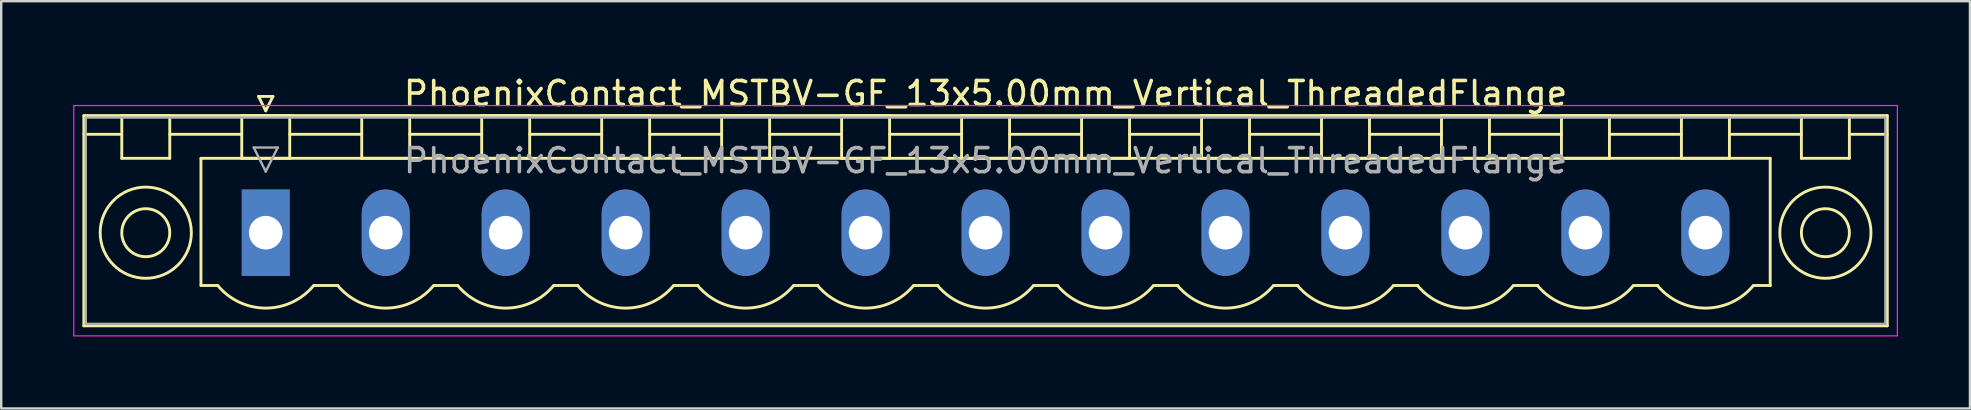
<source format=kicad_pcb>
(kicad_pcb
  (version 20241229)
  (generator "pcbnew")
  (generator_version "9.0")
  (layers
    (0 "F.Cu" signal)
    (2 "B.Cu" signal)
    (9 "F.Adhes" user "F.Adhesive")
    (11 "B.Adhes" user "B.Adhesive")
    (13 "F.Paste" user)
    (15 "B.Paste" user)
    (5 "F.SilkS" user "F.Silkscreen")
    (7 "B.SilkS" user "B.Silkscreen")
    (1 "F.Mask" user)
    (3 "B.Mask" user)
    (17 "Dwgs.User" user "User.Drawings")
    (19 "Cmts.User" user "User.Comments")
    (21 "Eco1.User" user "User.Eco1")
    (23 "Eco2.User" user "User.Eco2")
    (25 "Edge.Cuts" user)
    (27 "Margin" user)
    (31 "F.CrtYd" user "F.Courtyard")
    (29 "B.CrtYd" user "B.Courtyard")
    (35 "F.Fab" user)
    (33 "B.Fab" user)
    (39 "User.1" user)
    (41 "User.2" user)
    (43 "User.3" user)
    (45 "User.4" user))
  (footprint "PhoenixContact_MSTBV-GF_13x5.00mm_Vertical_ThreadedFlange"
    (layer "F.Cu")
    (at 8.025 6.648)
    (property "Reference" "PhoenixContact_MSTBV-GF_13x5.00mm_Vertical_ThreadedFlange" (at 30 -5.8 0) (layer "F.SilkS") (effects (font (size 1 1) (thickness 0.15))))
    (attr through_hole)
    (fp_line (start -7.58 -4.88) (end -7.58 3.88) (stroke (width 0.12) (type solid)) (layer "F.SilkS"))
    (fp_line (start -7.58 -4.1) (end -6.08 -4.1) (stroke (width 0.12) (type solid)) (layer "F.SilkS"))
    (fp_line (start -7.58 3.88) (end 67.58 3.88) (stroke (width 0.12) (type solid)) (layer "F.SilkS"))
    (fp_line (start -6 -4.88) (end -4 -4.88) (stroke (width 0.12) (type solid)) (layer "F.SilkS"))
    (fp_line (start -6 -3.1) (end -6 -4.88) (stroke (width 0.12) (type solid)) (layer "F.SilkS"))
    (fp_line (start -4 -4.88) (end -4 -3.1) (stroke (width 0.12) (type solid)) (layer "F.SilkS"))
    (fp_line (start -4 -4.1) (end -1 -4.1) (stroke (width 0.12) (type solid)) (layer "F.SilkS"))
    (fp_line (start -4 -3.1) (end -6 -3.1) (stroke (width 0.12) (type solid)) (layer "F.SilkS"))
    (fp_line (start -2.7 -3.1) (end 62.7 -3.1) (stroke (width 0.12) (type solid)) (layer "F.SilkS"))
    (fp_line (start -2.7 2.2) (end -2.7 -3.1) (stroke (width 0.12) (type solid)) (layer "F.SilkS"))
    (fp_line (start -2 2.2) (end -2.7 2.2) (stroke (width 0.12) (type solid)) (layer "F.SilkS"))
    (fp_line (start -1 -4.88) (end 1 -4.88) (stroke (width 0.12) (type solid)) (layer "F.SilkS"))
    (fp_line (start -1 -3.1) (end -1 -4.88) (stroke (width 0.12) (type solid)) (layer "F.SilkS"))
    (fp_line (start -0.3 -5.68) (end 0.3 -5.68) (stroke (width 0.12) (type solid)) (layer "F.SilkS"))
    (fp_line (start 0 -5.08) (end -0.3 -5.68) (stroke (width 0.12) (type solid)) (layer "F.SilkS"))
    (fp_line (start 0.3 -5.68) (end 0 -5.08) (stroke (width 0.12) (type solid)) (layer "F.SilkS"))
    (fp_line (start 1 -4.88) (end 1 -3.1) (stroke (width 0.12) (type solid)) (layer "F.SilkS"))
    (fp_line (start 1 -4.1) (end 4 -4.1) (stroke (width 0.12) (type solid)) (layer "F.SilkS"))
    (fp_line (start 1 -3.1) (end -1 -3.1) (stroke (width 0.12) (type solid)) (layer "F.SilkS"))
    (fp_line (start 2 2.2) (end 3 2.2) (stroke (width 0.12) (type solid)) (layer "F.SilkS"))
    (fp_line (start 4 -4.88) (end 6 -4.88) (stroke (width 0.12) (type solid)) (layer "F.SilkS"))
    (fp_line (start 4 -3.1) (end 4 -4.88) (stroke (width 0.12) (type solid)) (layer "F.SilkS"))
    (fp_line (start 6 -4.88) (end 6 -3.1) (stroke (width 0.12) (type solid)) (layer "F.SilkS"))
    (fp_line (start 6 -4.1) (end 9 -4.1) (stroke (width 0.12) (type solid)) (layer "F.SilkS"))
    (fp_line (start 6 -3.1) (end 4 -3.1) (stroke (width 0.12) (type solid)) (layer "F.SilkS"))
    (fp_line (start 7 2.2) (end 8 2.2) (stroke (width 0.12) (type solid)) (layer "F.SilkS"))
    (fp_line (start 9 -4.88) (end 11 -4.88) (stroke (width 0.12) (type solid)) (layer "F.SilkS"))
    (fp_line (start 9 -3.1) (end 9 -4.88) (stroke (width 0.12) (type solid)) (layer "F.SilkS"))
    (fp_line (start 11 -4.88) (end 11 -3.1) (stroke (width 0.12) (type solid)) (layer "F.SilkS"))
    (fp_line (start 11 -4.1) (end 14 -4.1) (stroke (width 0.12) (type solid)) (layer "F.SilkS"))
    (fp_line (start 11 -3.1) (end 9 -3.1) (stroke (width 0.12) (type solid)) (layer "F.SilkS"))
    (fp_line (start 12 2.2) (end 13 2.2) (stroke (width 0.12) (type solid)) (layer "F.SilkS"))
    (fp_line (start 14 -4.88) (end 16 -4.88) (stroke (width 0.12) (type solid)) (layer "F.SilkS"))
    (fp_line (start 14 -3.1) (end 14 -4.88) (stroke (width 0.12) (type solid)) (layer "F.SilkS"))
    (fp_line (start 16 -4.88) (end 16 -3.1) (stroke (width 0.12) (type solid)) (layer "F.SilkS"))
    (fp_line (start 16 -4.1) (end 19 -4.1) (stroke (width 0.12) (type solid)) (layer "F.SilkS"))
    (fp_line (start 16 -3.1) (end 14 -3.1) (stroke (width 0.12) (type solid)) (layer "F.SilkS"))
    (fp_line (start 17 2.2) (end 18 2.2) (stroke (width 0.12) (type solid)) (layer "F.SilkS"))
    (fp_line (start 19 -4.88) (end 21 -4.88) (stroke (width 0.12) (type solid)) (layer "F.SilkS"))
    (fp_line (start 19 -3.1) (end 19 -4.88) (stroke (width 0.12) (type solid)) (layer "F.SilkS"))
    (fp_line (start 21 -4.88) (end 21 -3.1) (stroke (width 0.12) (type solid)) (layer "F.SilkS"))
    (fp_line (start 21 -4.1) (end 24 -4.1) (stroke (width 0.12) (type solid)) (layer "F.SilkS"))
    (fp_line (start 21 -3.1) (end 19 -3.1) (stroke (width 0.12) (type solid)) (layer "F.SilkS"))
    (fp_line (start 22 2.2) (end 23 2.2) (stroke (width 0.12) (type solid)) (layer "F.SilkS"))
    (fp_line (start 24 -4.88) (end 26 -4.88) (stroke (width 0.12) (type solid)) (layer "F.SilkS"))
    (fp_line (start 24 -3.1) (end 24 -4.88) (stroke (width 0.12) (type solid)) (layer "F.SilkS"))
    (fp_line (start 26 -4.88) (end 26 -3.1) (stroke (width 0.12) (type solid)) (layer "F.SilkS"))
    (fp_line (start 26 -4.1) (end 29 -4.1) (stroke (width 0.12) (type solid)) (layer "F.SilkS"))
    (fp_line (start 26 -3.1) (end 24 -3.1) (stroke (width 0.12) (type solid)) (layer "F.SilkS"))
    (fp_line (start 27 2.2) (end 28 2.2) (stroke (width 0.12) (type solid)) (layer "F.SilkS"))
    (fp_line (start 29 -4.88) (end 31 -4.88) (stroke (width 0.12) (type solid)) (layer "F.SilkS"))
    (fp_line (start 29 -3.1) (end 29 -4.88) (stroke (width 0.12) (type solid)) (layer "F.SilkS"))
    (fp_line (start 31 -4.88) (end 31 -3.1) (stroke (width 0.12) (type solid)) (layer "F.SilkS"))
    (fp_line (start 31 -4.1) (end 34 -4.1) (stroke (width 0.12) (type solid)) (layer "F.SilkS"))
    (fp_line (start 31 -3.1) (end 29 -3.1) (stroke (width 0.12) (type solid)) (layer "F.SilkS"))
    (fp_line (start 32 2.2) (end 33 2.2) (stroke (width 0.12) (type solid)) (layer "F.SilkS"))
    (fp_line (start 34 -4.88) (end 36 -4.88) (stroke (width 0.12) (type solid)) (layer "F.SilkS"))
    (fp_line (start 34 -3.1) (end 34 -4.88) (stroke (width 0.12) (type solid)) (layer "F.SilkS"))
    (fp_line (start 36 -4.88) (end 36 -3.1) (stroke (width 0.12) (type solid)) (layer "F.SilkS"))
    (fp_line (start 36 -4.1) (end 39 -4.1) (stroke (width 0.12) (type solid)) (layer "F.SilkS"))
    (fp_line (start 36 -3.1) (end 34 -3.1) (stroke (width 0.12) (type solid)) (layer "F.SilkS"))
    (fp_line (start 37 2.2) (end 38 2.2) (stroke (width 0.12) (type solid)) (layer "F.SilkS"))
    (fp_line (start 39 -4.88) (end 41 -4.88) (stroke (width 0.12) (type solid)) (layer "F.SilkS"))
    (fp_line (start 39 -3.1) (end 39 -4.88) (stroke (width 0.12) (type solid)) (layer "F.SilkS"))
    (fp_line (start 41 -4.88) (end 41 -3.1) (stroke (width 0.12) (type solid)) (layer "F.SilkS"))
    (fp_line (start 41 -4.1) (end 44 -4.1) (stroke (width 0.12) (type solid)) (layer "F.SilkS"))
    (fp_line (start 41 -3.1) (end 39 -3.1) (stroke (width 0.12) (type solid)) (layer "F.SilkS"))
    (fp_line (start 42 2.2) (end 43 2.2) (stroke (width 0.12) (type solid)) (layer "F.SilkS"))
    (fp_line (start 44 -4.88) (end 46 -4.88) (stroke (width 0.12) (type solid)) (layer "F.SilkS"))
    (fp_line (start 44 -3.1) (end 44 -4.88) (stroke (width 0.12) (type solid)) (layer "F.SilkS"))
    (fp_line (start 46 -4.88) (end 46 -3.1) (stroke (width 0.12) (type solid)) (layer "F.SilkS"))
    (fp_line (start 46 -4.1) (end 49 -4.1) (stroke (width 0.12) (type solid)) (layer "F.SilkS"))
    (fp_line (start 46 -3.1) (end 44 -3.1) (stroke (width 0.12) (type solid)) (layer "F.SilkS"))
    (fp_line (start 47 2.2) (end 48 2.2) (stroke (width 0.12) (type solid)) (layer "F.SilkS"))
    (fp_line (start 49 -4.88) (end 51 -4.88) (stroke (width 0.12) (type solid)) (layer "F.SilkS"))
    (fp_line (start 49 -3.1) (end 49 -4.88) (stroke (width 0.12) (type solid)) (layer "F.SilkS"))
    (fp_line (start 51 -4.88) (end 51 -3.1) (stroke (width 0.12) (type solid)) (layer "F.SilkS"))
    (fp_line (start 51 -4.1) (end 54 -4.1) (stroke (width 0.12) (type solid)) (layer "F.SilkS"))
    (fp_line (start 51 -3.1) (end 49 -3.1) (stroke (width 0.12) (type solid)) (layer "F.SilkS"))
    (fp_line (start 52 2.2) (end 53 2.2) (stroke (width 0.12) (type solid)) (layer "F.SilkS"))
    (fp_line (start 54 -4.88) (end 56 -4.88) (stroke (width 0.12) (type solid)) (layer "F.SilkS"))
    (fp_line (start 54 -3.1) (end 54 -4.88) (stroke (width 0.12) (type solid)) (layer "F.SilkS"))
    (fp_line (start 56 -4.88) (end 56 -3.1) (stroke (width 0.12) (type solid)) (layer "F.SilkS"))
    (fp_line (start 56 -4.1) (end 59 -4.1) (stroke (width 0.12) (type solid)) (layer "F.SilkS"))
    (fp_line (start 56 -3.1) (end 54 -3.1) (stroke (width 0.12) (type solid)) (layer "F.SilkS"))
    (fp_line (start 57 2.2) (end 58 2.2) (stroke (width 0.12) (type solid)) (layer "F.SilkS"))
    (fp_line (start 59 -4.88) (end 61 -4.88) (stroke (width 0.12) (type solid)) (layer "F.SilkS"))
    (fp_line (start 59 -3.1) (end 59 -4.88) (stroke (width 0.12) (type solid)) (layer "F.SilkS"))
    (fp_line (start 61 -4.88) (end 61 -3.1) (stroke (width 0.12) (type solid)) (layer "F.SilkS"))
    (fp_line (start 61 -4.1) (end 64 -4.1) (stroke (width 0.12) (type solid)) (layer "F.SilkS"))
    (fp_line (start 61 -3.1) (end 59 -3.1) (stroke (width 0.12) (type solid)) (layer "F.SilkS"))
    (fp_line (start 62.7 -3.1) (end 62.7 2.2) (stroke (width 0.12) (type solid)) (layer "F.SilkS"))
    (fp_line (start 62.7 2.2) (end 62 2.2) (stroke (width 0.12) (type solid)) (layer "F.SilkS"))
    (fp_line (start 64 -4.88) (end 66 -4.88) (stroke (width 0.12) (type solid)) (layer "F.SilkS"))
    (fp_line (start 64 -3.1) (end 64 -4.88) (stroke (width 0.12) (type solid)) (layer "F.SilkS"))
    (fp_line (start 66 -4.88) (end 66 -3.1) (stroke (width 0.12) (type solid)) (layer "F.SilkS"))
    (fp_line (start 66 -3.1) (end 64 -3.1) (stroke (width 0.12) (type solid)) (layer "F.SilkS"))
    (fp_line (start 67.58 -4.88) (end -7.58 -4.88) (stroke (width 0.12) (type solid)) (layer "F.SilkS"))
    (fp_line (start 67.58 -4.1) (end 66.08 -4.1) (stroke (width 0.12) (type solid)) (layer "F.SilkS"))
    (fp_line (start 67.58 3.88) (end 67.58 -4.88) (stroke (width 0.12) (type solid)) (layer "F.SilkS"))
    (fp_arc (start 1.986842 2.215821) (mid -0.010289 3.142758) (end -2 2.2) (stroke (width 0.12) (type solid)) (layer "F.SilkS"))
    (fp_arc (start 6.986842 2.215821) (mid 4.989711 3.142758) (end 3 2.2) (stroke (width 0.12) (type solid)) (layer "F.SilkS"))
    (fp_arc (start 11.986842 2.215821) (mid 9.989711 3.142758) (end 8 2.2) (stroke (width 0.12) (type solid)) (layer "F.SilkS"))
    (fp_arc (start 16.986842 2.215821) (mid 14.989711 3.142758) (end 13 2.2) (stroke (width 0.12) (type solid)) (layer "F.SilkS"))
    (fp_arc (start 21.986842 2.215821) (mid 19.989711 3.142758) (end 18 2.2) (stroke (width 0.12) (type solid)) (layer "F.SilkS"))
    (fp_arc (start 26.986842 2.215821) (mid 24.989711 3.142758) (end 23 2.2) (stroke (width 0.12) (type solid)) (layer "F.SilkS"))
    (fp_arc (start 31.986842 2.215821) (mid 29.989711 3.142758) (end 28 2.2) (stroke (width 0.12) (type solid)) (layer "F.SilkS"))
    (fp_arc (start 36.986842 2.215821) (mid 34.989711 3.142758) (end 33 2.2) (stroke (width 0.12) (type solid)) (layer "F.SilkS"))
    (fp_arc (start 41.986842 2.215821) (mid 39.989711 3.142758) (end 38 2.2) (stroke (width 0.12) (type solid)) (layer "F.SilkS"))
    (fp_arc (start 46.986842 2.215821) (mid 44.989711 3.142758) (end 43 2.2) (stroke (width 0.12) (type solid)) (layer "F.SilkS"))
    (fp_arc (start 51.986842 2.215821) (mid 49.989711 3.142758) (end 48 2.2) (stroke (width 0.12) (type solid)) (layer "F.SilkS"))
    (fp_arc (start 56.986842 2.215821) (mid 54.989711 3.142758) (end 53 2.2) (stroke (width 0.12) (type solid)) (layer "F.SilkS"))
    (fp_arc (start 61.986842 2.215821) (mid 59.989711 3.142758) (end 58 2.2) (stroke (width 0.12) (type solid)) (layer "F.SilkS"))
    (fp_circle (center -5 0) (end -4 0) (stroke (width 0.12) (type solid)) (fill no) (layer "F.SilkS"))
    (fp_circle (center -5 0) (end -3.1 0) (stroke (width 0.12) (type solid)) (fill no) (layer "F.SilkS"))
    (fp_circle (center 65 0) (end 66 0) (stroke (width 0.12) (type solid)) (fill no) (layer "F.SilkS"))
    (fp_circle (center 65 0) (end 66.9 0) (stroke (width 0.12) (type solid)) (fill no) (layer "F.SilkS"))
    (fp_line (start -8 -5.3) (end -8 4.3) (stroke (width 0.05) (type solid)) (layer "F.CrtYd"))
    (fp_line (start -8 4.3) (end 68 4.3) (stroke (width 0.05) (type solid)) (layer "F.CrtYd"))
    (fp_line (start 68 -5.3) (end -8 -5.3) (stroke (width 0.05) (type solid)) (layer "F.CrtYd"))
    (fp_line (start 68 4.3) (end 68 -5.3) (stroke (width 0.05) (type solid)) (layer "F.CrtYd"))
    (fp_line (start -7.5 -4.8) (end -7.5 3.8) (stroke (width 0.1) (type solid)) (layer "F.Fab"))
    (fp_line (start -7.5 3.8) (end 67.5 3.8) (stroke (width 0.1) (type solid)) (layer "F.Fab"))
    (fp_line (start -0.5 -3.55) (end 0.5 -3.55) (stroke (width 0.1) (type solid)) (layer "F.Fab"))
    (fp_line (start 0 -2.55) (end -0.5 -3.55) (stroke (width 0.1) (type solid)) (layer "F.Fab"))
    (fp_line (start 0.5 -3.55) (end 0 -2.55) (stroke (width 0.1) (type solid)) (layer "F.Fab"))
    (fp_line (start 67.5 -4.8) (end -7.5 -4.8) (stroke (width 0.1) (type solid)) (layer "F.Fab"))
    (fp_line (start 67.5 3.8) (end 67.5 -4.8) (stroke (width 0.1) (type solid)) (layer "F.Fab"))
    (fp_text user "${REFERENCE}" (at 30 -3 0) (layer "F.Fab") (effects (font (size 1 1) (thickness 0.15))))
    (pad "1" thru_hole rect (at 0 0) (size 2 3.6) (drill 1.4) (layers "*.Cu" "*.Mask"))
    (pad "2" thru_hole oval (at 5 0) (size 2 3.6) (drill 1.4) (layers "*.Cu" "*.Mask"))
    (pad "3" thru_hole oval (at 10 0) (size 2 3.6) (drill 1.4) (layers "*.Cu" "*.Mask"))
    (pad "4" thru_hole oval (at 15 0) (size 2 3.6) (drill 1.4) (layers "*.Cu" "*.Mask"))
    (pad "5" thru_hole oval (at 20 0) (size 2 3.6) (drill 1.4) (layers "*.Cu" "*.Mask"))
    (pad "6" thru_hole oval (at 25 0) (size 2 3.6) (drill 1.4) (layers "*.Cu" "*.Mask"))
    (pad "7" thru_hole oval (at 30 0) (size 2 3.6) (drill 1.4) (layers "*.Cu" "*.Mask"))
    (pad "8" thru_hole oval (at 35 0) (size 2 3.6) (drill 1.4) (layers "*.Cu" "*.Mask"))
    (pad "9" thru_hole oval (at 40 0) (size 2 3.6) (drill 1.4) (layers "*.Cu" "*.Mask"))
    (pad "10" thru_hole oval (at 45 0) (size 2 3.6) (drill 1.4) (layers "*.Cu" "*.Mask"))
    (pad "11" thru_hole oval (at 50 0) (size 2 3.6) (drill 1.4) (layers "*.Cu" "*.Mask"))
    (pad "12" thru_hole oval (at 55 0) (size 2 3.6) (drill 1.4) (layers "*.Cu" "*.Mask"))
    (pad "13" thru_hole oval (at 60 0) (size 2 3.6) (drill 1.4) (layers "*.Cu" "*.Mask")))
  (gr_rect
    (start -3 -3)
    (end 79.05 13.973)
    (stroke (width 0.1) (type default))
    (fill no)
    (layer "Edge.Cuts")))
</source>
